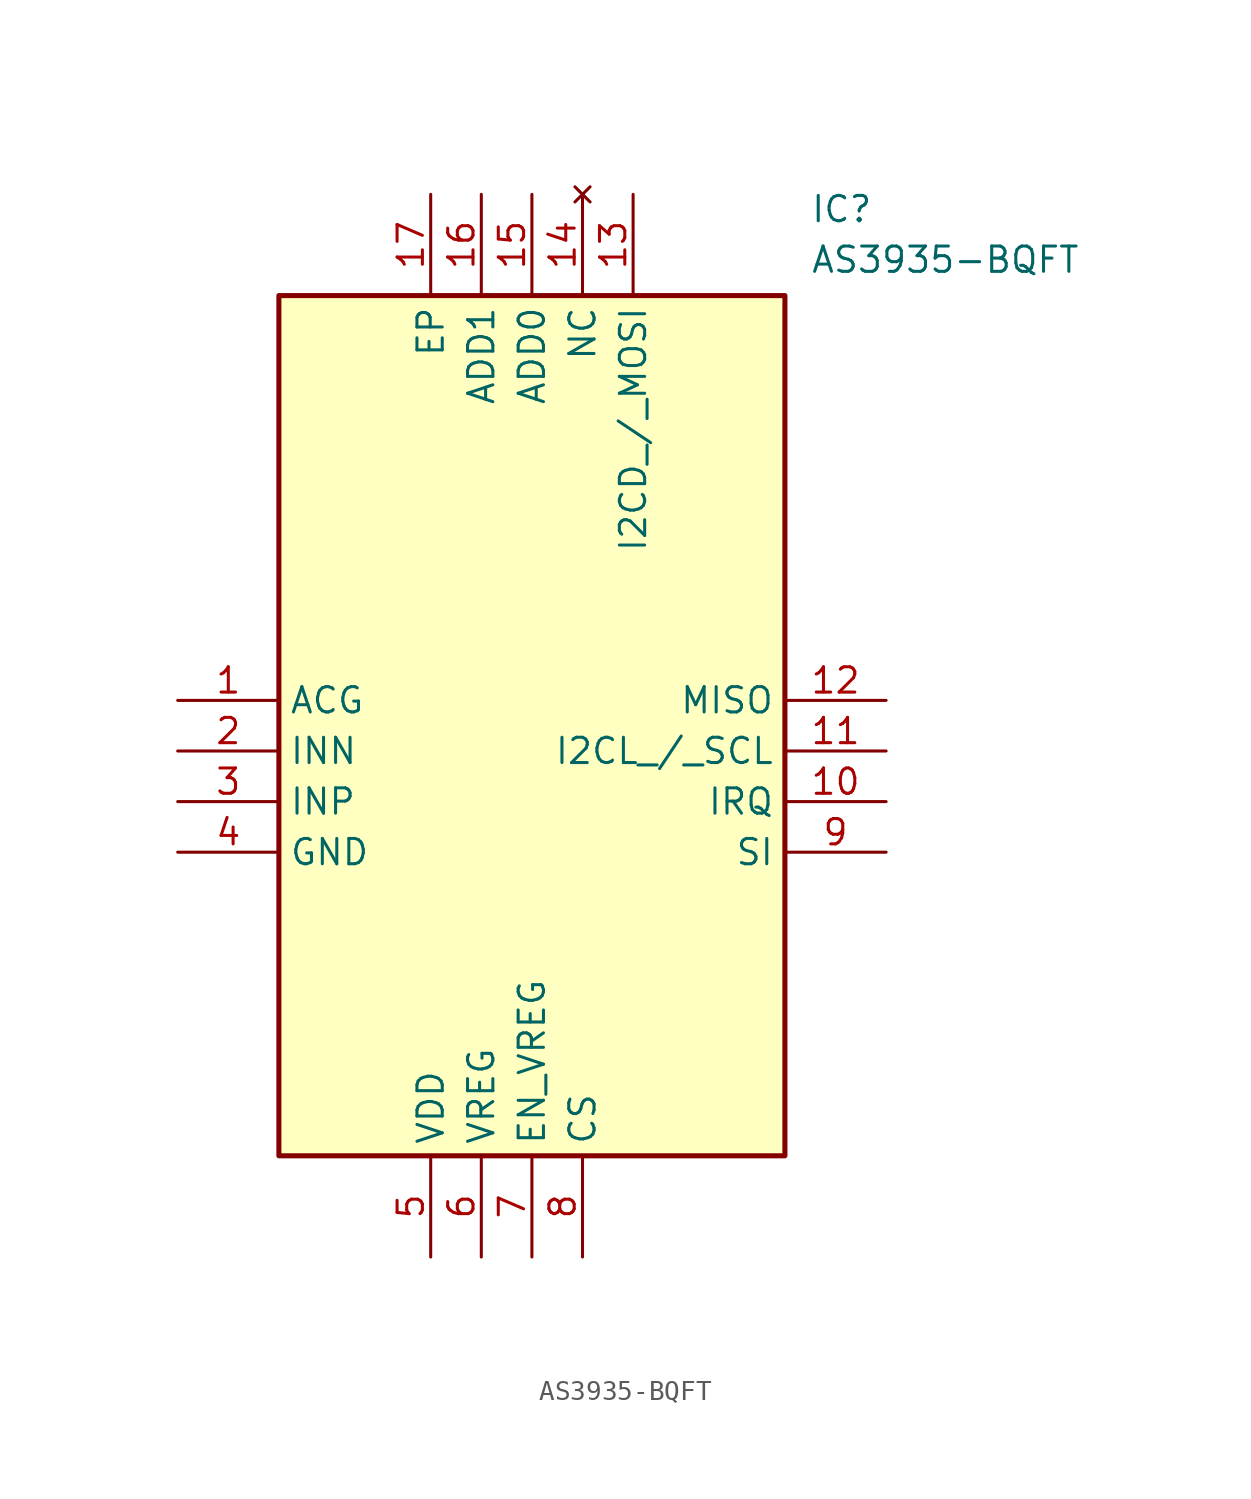
<source format=kicad_sym>
(kicad_symbol_lib
  (version 20211014)
  (generator SamacSys_ECAD_Model)
  (symbol "AS3935-BQFT"
    (property "Reference" "IC"
      (at 31.75 25.4 0)
      (effects (font (size 1.27 1.27)) (justify left top)))
    (property "Value" "AS3935-BQFT"
      (at 31.75 22.86 0)
      (effects (font (size 1.27 1.27)) (justify left top)))
    (rectangle
      (start 5.08 20.32)
      (end 30.48 -22.86)
      (stroke (width 0.254) (type default))
      (fill (type background)))
    (pin passive line
      (at 0 0 0)
      (length 5.08)
      (name "ACG" (effects (font (size 1.27 1.27))))
      (number "1" (effects (font (size 1.27 1.27)))))
    (pin passive line
      (at 0 -2.54 0)
      (length 5.08)
      (name "INN" (effects (font (size 1.27 1.27))))
      (number "2" (effects (font (size 1.27 1.27)))))
    (pin passive line
      (at 0 -5.08 0)
      (length 5.08)
      (name "INP" (effects (font (size 1.27 1.27))))
      (number "3" (effects (font (size 1.27 1.27)))))
    (pin passive line
      (at 0 -7.62 0)
      (length 5.08)
      (name "GND" (effects (font (size 1.27 1.27))))
      (number "4" (effects (font (size 1.27 1.27)))))
    (pin passive line
      (at 12.7 -27.94 90)
      (length 5.08)
      (name "VDD" (effects (font (size 1.27 1.27))))
      (number "5" (effects (font (size 1.27 1.27)))))
    (pin passive line
      (at 15.24 -27.94 90)
      (length 5.08)
      (name "VREG" (effects (font (size 1.27 1.27))))
      (number "6" (effects (font (size 1.27 1.27)))))
    (pin passive line
      (at 17.78 -27.94 90)
      (length 5.08)
      (name "EN_VREG" (effects (font (size 1.27 1.27))))
      (number "7" (effects (font (size 1.27 1.27)))))
    (pin passive line
      (at 20.32 -27.94 90)
      (length 5.08)
      (name "CS" (effects (font (size 1.27 1.27))))
      (number "8" (effects (font (size 1.27 1.27)))))
    (pin passive line
      (at 35.56 0 180)
      (length 5.08)
      (name "MISO" (effects (font (size 1.27 1.27))))
      (number "12" (effects (font (size 1.27 1.27)))))
    (pin passive line
      (at 35.56 -2.54 180)
      (length 5.08)
      (name "I2CL_/_SCL" (effects (font (size 1.27 1.27))))
      (number "11" (effects (font (size 1.27 1.27)))))
    (pin passive line
      (at 35.56 -5.08 180)
      (length 5.08)
      (name "IRQ" (effects (font (size 1.27 1.27))))
      (number "10" (effects (font (size 1.27 1.27)))))
    (pin passive line
      (at 35.56 -7.62 180)
      (length 5.08)
      (name "SI" (effects (font (size 1.27 1.27))))
      (number "9" (effects (font (size 1.27 1.27)))))
    (pin passive line
      (at 12.7 25.4 270)
      (length 5.08)
      (name "EP" (effects (font (size 1.27 1.27))))
      (number "17" (effects (font (size 1.27 1.27)))))
    (pin passive line
      (at 15.24 25.4 270)
      (length 5.08)
      (name "ADD1" (effects (font (size 1.27 1.27))))
      (number "16" (effects (font (size 1.27 1.27)))))
    (pin passive line
      (at 17.78 25.4 270)
      (length 5.08)
      (name "ADD0" (effects (font (size 1.27 1.27))))
      (number "15" (effects (font (size 1.27 1.27)))))
    (pin no_connect line
      (at 20.32 25.4 270)
      (length 5.08)
      (name "NC" (effects (font (size 1.27 1.27))))
      (number "14" (effects (font (size 1.27 1.27)))))
    (pin passive line
      (at 22.86 25.4 270)
      (length 5.08)
      (name "I2CD_/_MOSI" (effects (font (size 1.27 1.27))))
      (number "13" (effects (font (size 1.27 1.27)))))))
</source>
